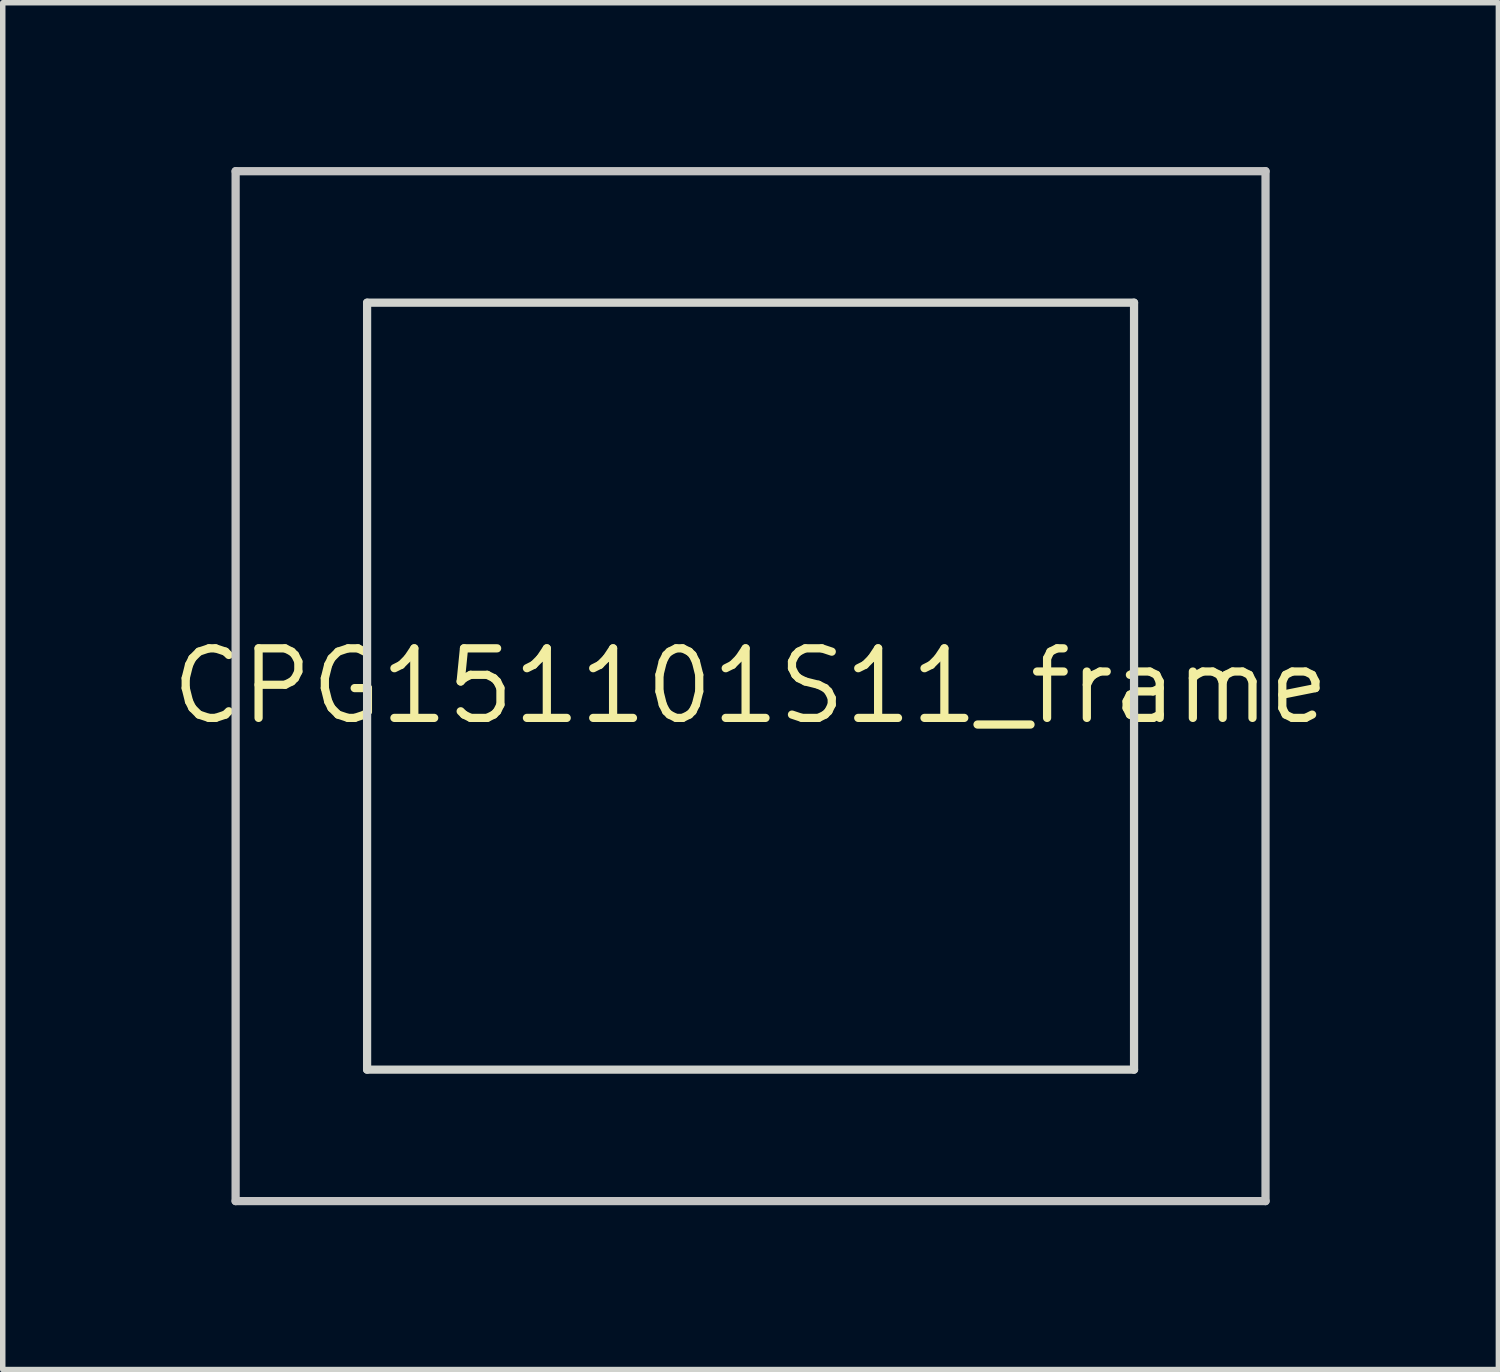
<source format=kicad_pcb>
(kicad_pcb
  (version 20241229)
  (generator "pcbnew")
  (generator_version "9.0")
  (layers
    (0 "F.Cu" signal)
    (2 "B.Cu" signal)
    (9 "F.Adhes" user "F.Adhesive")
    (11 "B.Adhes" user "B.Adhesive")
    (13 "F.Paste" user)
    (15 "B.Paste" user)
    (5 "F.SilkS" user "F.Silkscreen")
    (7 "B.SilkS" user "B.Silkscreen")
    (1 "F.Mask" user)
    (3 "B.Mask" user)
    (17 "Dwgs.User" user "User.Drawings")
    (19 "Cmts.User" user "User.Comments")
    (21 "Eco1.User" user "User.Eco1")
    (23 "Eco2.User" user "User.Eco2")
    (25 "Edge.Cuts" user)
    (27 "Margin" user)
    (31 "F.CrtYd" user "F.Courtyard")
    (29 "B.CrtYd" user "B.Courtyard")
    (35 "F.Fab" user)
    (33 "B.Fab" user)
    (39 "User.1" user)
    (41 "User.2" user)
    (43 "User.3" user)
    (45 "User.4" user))
  (footprint "CPG151101S11_frame"
    (layer "F.Cu")
    (at 10.651 9.475)
    (property "Reference" "CPG151101S11_frame" (at 0 0 0) (layer "F.SilkS") (effects (font (size 1.27 1.27) (thickness 0.15))))
    (attr through_hole)
    (fp_line (start -9.4 -9.4) (end 9.4 -9.4) (stroke (width 0.15) (type solid)) (layer "Dwgs.User"))
    (fp_line (start -9.4 9.4) (end -9.4 -9.4) (stroke (width 0.15) (type solid)) (layer "Dwgs.User"))
    (fp_line (start 9.4 -9.4) (end 9.4 9.4) (stroke (width 0.15) (type solid)) (layer "Dwgs.User"))
    (fp_line (start 9.4 9.4) (end -9.4 9.4) (stroke (width 0.15) (type solid)) (layer "Dwgs.User"))
    (fp_line (start -7 -7) (end -7 7) (stroke (width 0.15) (type solid)) (layer "Edge.Cuts"))
    (fp_line (start -7 -7) (end 7 -7) (stroke (width 0.15) (type solid)) (layer "Edge.Cuts"))
    (fp_line (start -7 7) (end 7 7) (stroke (width 0.15) (type solid)) (layer "Edge.Cuts"))
    (fp_line (start 7 -7) (end 7 7) (stroke (width 0.15) (type solid)) (layer "Edge.Cuts")))
  (gr_rect
    (start -3 -3)
    (end 24.302 21.95)
    (stroke (width 0.1) (type default))
    (fill no)
    (layer "Edge.Cuts")))
</source>
